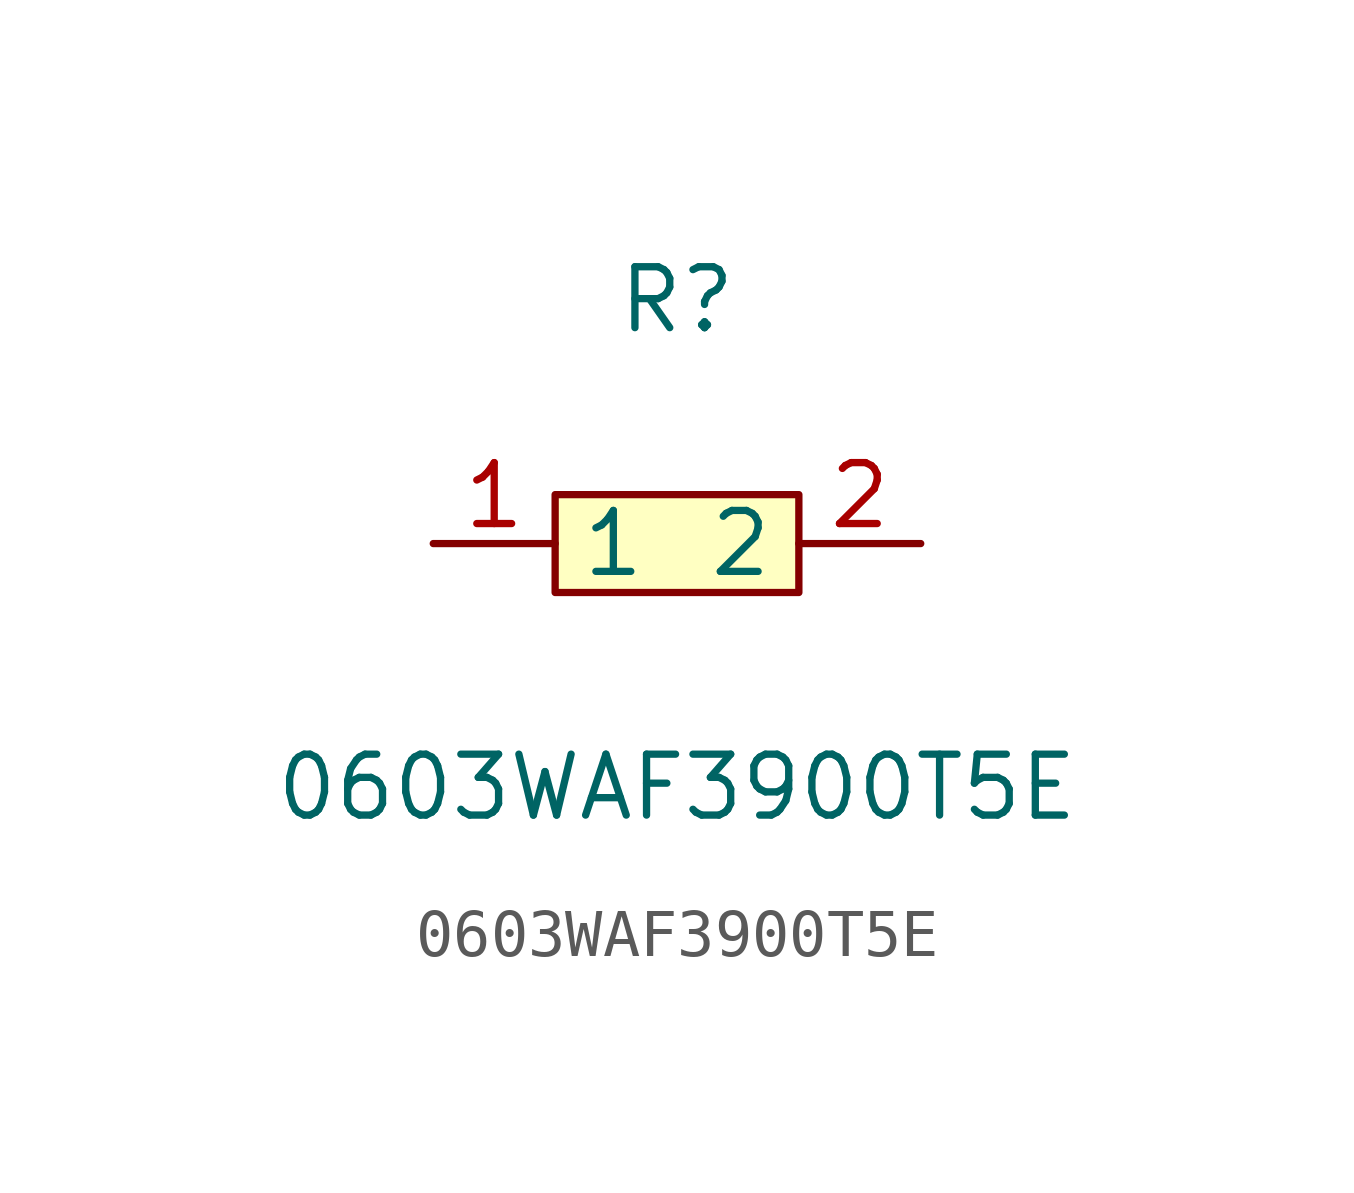
<source format=kicad_sym>
(kicad_symbol_lib
  (version 1)
  (generator "faebryk")
  (symbol "0603WAF3900T5E"
    (property "Reference" "R"
      (at 0 5.08 0)
      (effects (font (size 1.27 1.27)) (hide no)))
    (property "Value" "0603WAF3900T5E"
      (at 0 -5.08 0)
      (effects (font (size 1.27 1.27)) (hide no)))
    (symbol "0603WAF3900T5E_0_1"
      (rectangle (start -2.54 1.02) (end 2.54 -1.02) (stroke (width 0) (type default) (color 0 0 0 0)) (fill (type background)))
      (pin input line (at 5.08 0 180) (length 2.54) (name "2" (effects (font (size 1.27 1.27)) (hide no))) (number "2" (effects (font (size 1.27 1.27)) (hide no))))
      (pin input line (at -5.08 0 0) (length 2.54) (name "1" (effects (font (size 1.27 1.27)) (hide no))) (number "1" (effects (font (size 1.27 1.27)) (hide no)))))))
</source>
